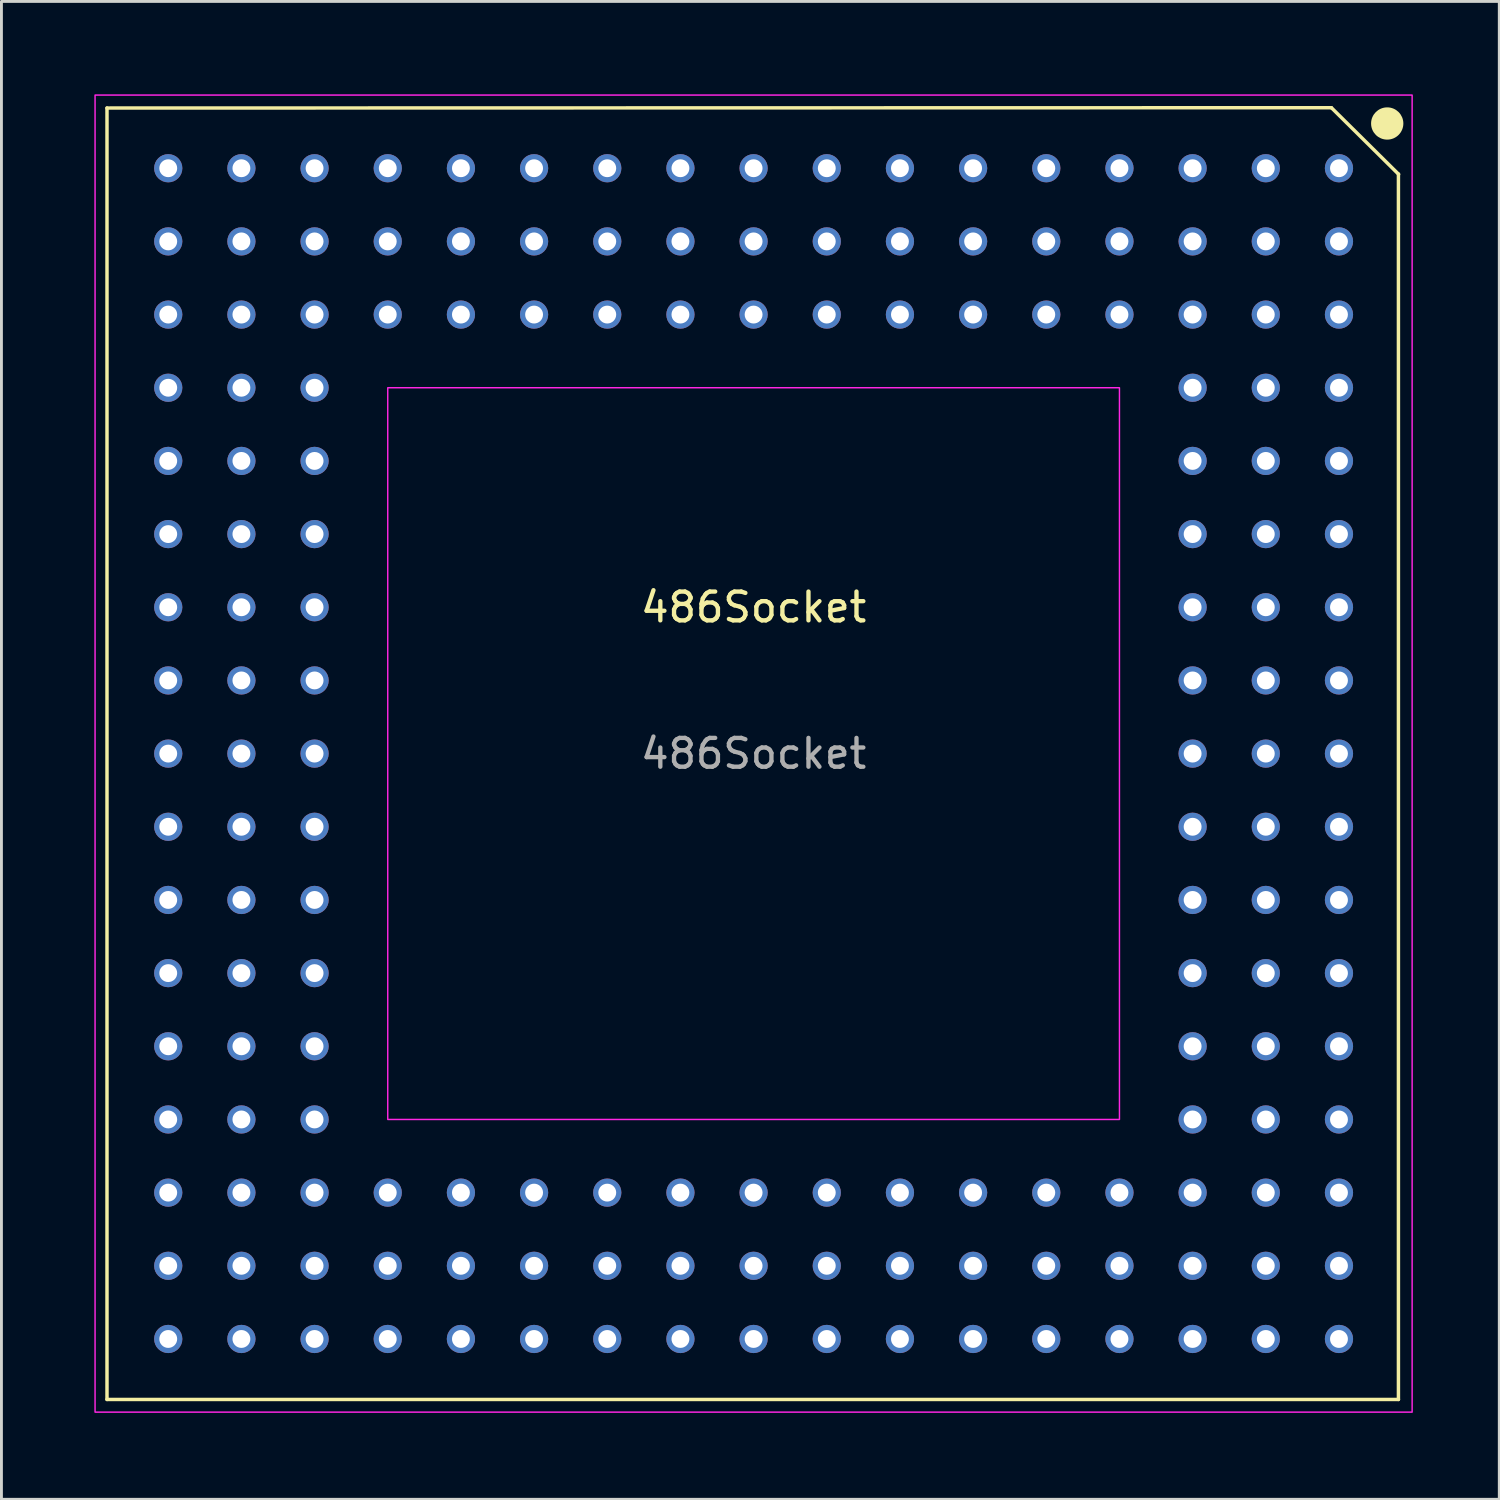
<source format=kicad_pcb>
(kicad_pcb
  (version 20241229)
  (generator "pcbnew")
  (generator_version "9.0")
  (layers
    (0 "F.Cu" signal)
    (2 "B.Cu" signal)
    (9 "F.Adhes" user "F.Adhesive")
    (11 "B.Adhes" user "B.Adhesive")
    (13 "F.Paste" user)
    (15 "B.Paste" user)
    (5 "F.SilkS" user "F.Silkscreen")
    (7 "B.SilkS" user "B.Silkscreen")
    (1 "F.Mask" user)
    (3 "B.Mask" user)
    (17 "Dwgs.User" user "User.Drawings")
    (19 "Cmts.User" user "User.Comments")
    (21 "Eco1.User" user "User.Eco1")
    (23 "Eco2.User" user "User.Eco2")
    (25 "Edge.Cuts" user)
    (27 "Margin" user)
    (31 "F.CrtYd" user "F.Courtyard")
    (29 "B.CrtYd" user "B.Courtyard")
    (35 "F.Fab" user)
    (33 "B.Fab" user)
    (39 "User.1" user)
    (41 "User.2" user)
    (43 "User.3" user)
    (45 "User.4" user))
  (footprint "486Socket"
    (layer "F.Cu")
    (at 0.25 0.25)
    (property "Reference" "486Socket" (at 22.86 17.78 0) (unlocked yes) (layer "F.SilkS") (effects (font (size 1 1) (thickness 0.15))))
    (attr through_hole)
    (fp_line (start 0.414 0.45) (end 0.414 45.28) (stroke (width 0.12) (type default)) (layer "F.SilkS"))
    (fp_line (start 0.414 45.28) (end 45.244 45.28) (stroke (width 0.12) (type default)) (layer "F.SilkS"))
    (fp_line (start 42.917 0.439) (end 0.414 0.45) (stroke (width 0.12) (type default)) (layer "F.SilkS"))
    (fp_line (start 45.244 45.28) (end 45.244 2.74) (stroke (width 0.12) (type default)) (layer "F.SilkS"))
    (fp_line (start 45.251 2.75) (end 42.917 0.439) (stroke (width 0.12) (type default)) (layer "F.SilkS"))
    (fp_circle (center 44.855 0.987) (end 45.355 0.987) (stroke (width 0.12) (type solid)) (fill yes) (layer "F.SilkS"))
    (fp_rect (start 0 0) (end 45.72 45.72) (stroke (width 0.05) (type default)) (fill no) (layer "F.CrtYd"))
    (fp_rect (start 10.16 10.16) (end 35.56 35.56) (stroke (width 0.05) (type default)) (fill no) (layer "F.CrtYd"))
    (fp_text user "${REFERENCE}" (at 22.86 22.86 0) (unlocked yes) (layer "F.Fab") (effects (font (size 1 1) (thickness 0.15))))
    (pad "A1" thru_hole circle (at 43.18 2.54) (size 0.98 0.98) (drill 0.62) (layers "*.Cu" "*.Mask"))
    (pad "A2" thru_hole circle (at 43.18 5.08) (size 0.98 0.98) (drill 0.62) (layers "*.Cu" "*.Mask"))
    (pad "A3" thru_hole circle (at 43.18 7.62) (size 0.98 0.98) (drill 0.62) (layers "*.Cu" "*.Mask"))
    (pad "A4" thru_hole circle (at 43.18 10.16) (size 0.98 0.98) (drill 0.62) (layers "*.Cu" "*.Mask"))
    (pad "A5" thru_hole circle (at 43.18 12.7) (size 0.98 0.98) (drill 0.62) (layers "*.Cu" "*.Mask"))
    (pad "A6" thru_hole circle (at 43.18 15.24) (size 0.98 0.98) (drill 0.62) (layers "*.Cu" "*.Mask"))
    (pad "A7" thru_hole circle (at 43.18 17.78) (size 0.98 0.98) (drill 0.62) (layers "*.Cu" "*.Mask"))
    (pad "A8" thru_hole circle (at 43.18 20.32) (size 0.98 0.98) (drill 0.62) (layers "*.Cu" "*.Mask"))
    (pad "A9" thru_hole circle (at 43.18 22.86) (size 0.98 0.98) (drill 0.62) (layers "*.Cu" "*.Mask"))
    (pad "A10" thru_hole circle (at 43.18 25.4) (size 0.98 0.98) (drill 0.62) (layers "*.Cu" "*.Mask"))
    (pad "A11" thru_hole circle (at 43.18 27.94) (size 0.98 0.98) (drill 0.62) (layers "*.Cu" "*.Mask"))
    (pad "A12" thru_hole circle (at 43.18 30.48) (size 0.98 0.98) (drill 0.62) (layers "*.Cu" "*.Mask"))
    (pad "A13" thru_hole circle (at 43.18 33.02) (size 0.98 0.98) (drill 0.62) (layers "*.Cu" "*.Mask"))
    (pad "A14" thru_hole circle (at 43.18 35.56) (size 0.98 0.98) (drill 0.62) (layers "*.Cu" "*.Mask"))
    (pad "A15" thru_hole circle (at 43.18 38.1) (size 0.98 0.98) (drill 0.62) (layers "*.Cu" "*.Mask"))
    (pad "A16" thru_hole circle (at 43.18 40.64) (size 0.98 0.98) (drill 0.62) (layers "*.Cu" "*.Mask"))
    (pad "A17" thru_hole circle (at 43.18 43.18) (size 0.98 0.98) (drill 0.62) (layers "*.Cu" "*.Mask"))
    (pad "B1" thru_hole circle (at 40.64 2.54) (size 0.98 0.98) (drill 0.62) (layers "*.Cu" "*.Mask"))
    (pad "B2" thru_hole circle (at 40.64 5.08) (size 0.98 0.98) (drill 0.62) (layers "*.Cu" "*.Mask"))
    (pad "B3" thru_hole circle (at 40.64 7.62) (size 0.98 0.98) (drill 0.62) (layers "*.Cu" "*.Mask"))
    (pad "B4" thru_hole circle (at 40.64 10.16) (size 0.98 0.98) (drill 0.62) (layers "*.Cu" "*.Mask"))
    (pad "B5" thru_hole circle (at 40.64 12.7) (size 0.98 0.98) (drill 0.62) (layers "*.Cu" "*.Mask"))
    (pad "B6" thru_hole circle (at 40.64 15.24) (size 0.98 0.98) (drill 0.62) (layers "*.Cu" "*.Mask"))
    (pad "B7" thru_hole circle (at 40.64 17.78) (size 0.98 0.98) (drill 0.62) (layers "*.Cu" "*.Mask"))
    (pad "B8" thru_hole circle (at 40.64 20.32) (size 0.98 0.98) (drill 0.62) (layers "*.Cu" "*.Mask"))
    (pad "B9" thru_hole circle (at 40.64 22.86) (size 0.98 0.98) (drill 0.62) (layers "*.Cu" "*.Mask"))
    (pad "B10" thru_hole circle (at 40.64 25.4) (size 0.98 0.98) (drill 0.62) (layers "*.Cu" "*.Mask"))
    (pad "B11" thru_hole circle (at 40.64 27.94) (size 0.98 0.98) (drill 0.62) (layers "*.Cu" "*.Mask"))
    (pad "B12" thru_hole circle (at 40.64 30.48) (size 0.98 0.98) (drill 0.62) (layers "*.Cu" "*.Mask"))
    (pad "B13" thru_hole circle (at 40.64 33.02) (size 0.98 0.98) (drill 0.62) (layers "*.Cu" "*.Mask"))
    (pad "B14" thru_hole circle (at 40.64 35.56) (size 0.98 0.98) (drill 0.62) (layers "*.Cu" "*.Mask"))
    (pad "B15" thru_hole circle (at 40.64 38.1) (size 0.98 0.98) (drill 0.62) (layers "*.Cu" "*.Mask"))
    (pad "B16" thru_hole circle (at 40.64 40.64) (size 0.98 0.98) (drill 0.62) (layers "*.Cu" "*.Mask"))
    (pad "B17" thru_hole circle (at 40.64 43.18) (size 0.98 0.98) (drill 0.62) (layers "*.Cu" "*.Mask"))
    (pad "C1" thru_hole circle (at 38.1 2.54) (size 0.98 0.98) (drill 0.62) (layers "*.Cu" "*.Mask"))
    (pad "C2" thru_hole circle (at 38.1 5.08) (size 0.98 0.98) (drill 0.62) (layers "*.Cu" "*.Mask"))
    (pad "C3" thru_hole circle (at 38.1 7.62) (size 0.98 0.98) (drill 0.62) (layers "*.Cu" "*.Mask"))
    (pad "C4" thru_hole circle (at 38.1 10.16) (size 0.98 0.98) (drill 0.62) (layers "*.Cu" "*.Mask"))
    (pad "C5" thru_hole circle (at 38.1 12.7) (size 0.98 0.98) (drill 0.62) (layers "*.Cu" "*.Mask"))
    (pad "C6" thru_hole circle (at 38.1 15.24) (size 0.98 0.98) (drill 0.62) (layers "*.Cu" "*.Mask"))
    (pad "C7" thru_hole circle (at 38.1 17.78) (size 0.98 0.98) (drill 0.62) (layers "*.Cu" "*.Mask"))
    (pad "C8" thru_hole circle (at 38.1 20.32) (size 0.98 0.98) (drill 0.62) (layers "*.Cu" "*.Mask"))
    (pad "C9" thru_hole circle (at 38.1 22.86) (size 0.98 0.98) (drill 0.62) (layers "*.Cu" "*.Mask"))
    (pad "C10" thru_hole circle (at 38.1 25.4) (size 0.98 0.98) (drill 0.62) (layers "*.Cu" "*.Mask"))
    (pad "C11" thru_hole circle (at 38.1 27.94) (size 0.98 0.98) (drill 0.62) (layers "*.Cu" "*.Mask"))
    (pad "C12" thru_hole circle (at 38.1 30.48) (size 0.98 0.98) (drill 0.62) (layers "*.Cu" "*.Mask"))
    (pad "C13" thru_hole circle (at 38.1 33.02) (size 0.98 0.98) (drill 0.62) (layers "*.Cu" "*.Mask"))
    (pad "C14" thru_hole circle (at 38.1 35.56) (size 0.98 0.98) (drill 0.62) (layers "*.Cu" "*.Mask"))
    (pad "C15" thru_hole circle (at 38.1 38.1) (size 0.98 0.98) (drill 0.62) (layers "*.Cu" "*.Mask"))
    (pad "C16" thru_hole circle (at 38.1 40.64) (size 0.98 0.98) (drill 0.62) (layers "*.Cu" "*.Mask"))
    (pad "C17" thru_hole circle (at 38.1 43.18) (size 0.98 0.98) (drill 0.62) (layers "*.Cu" "*.Mask"))
    (pad "D1" thru_hole circle (at 35.56 2.54) (size 0.98 0.98) (drill 0.62) (layers "*.Cu" "*.Mask"))
    (pad "D2" thru_hole circle (at 35.56 5.08) (size 0.98 0.98) (drill 0.62) (layers "*.Cu" "*.Mask"))
    (pad "D3" thru_hole circle (at 35.56 7.62) (size 0.98 0.98) (drill 0.62) (layers "*.Cu" "*.Mask"))
    (pad "D15" thru_hole circle (at 35.56 38.1) (size 0.98 0.98) (drill 0.62) (layers "*.Cu" "*.Mask"))
    (pad "D16" thru_hole circle (at 35.56 40.64) (size 0.98 0.98) (drill 0.62) (layers "*.Cu" "*.Mask"))
    (pad "D17" thru_hole circle (at 35.56 43.18) (size 0.98 0.98) (drill 0.62) (layers "*.Cu" "*.Mask"))
    (pad "E1" thru_hole circle (at 33.02 2.54) (size 0.98 0.98) (drill 0.62) (layers "*.Cu" "*.Mask"))
    (pad "E2" thru_hole circle (at 33.02 5.08) (size 0.98 0.98) (drill 0.62) (layers "*.Cu" "*.Mask"))
    (pad "E3" thru_hole circle (at 33.02 7.62) (size 0.98 0.98) (drill 0.62) (layers "*.Cu" "*.Mask"))
    (pad "E15" thru_hole circle (at 33.02 38.1) (size 0.98 0.98) (drill 0.62) (layers "*.Cu" "*.Mask"))
    (pad "E16" thru_hole circle (at 33.02 40.64) (size 0.98 0.98) (drill 0.62) (layers "*.Cu" "*.Mask"))
    (pad "E17" thru_hole circle (at 33.02 43.18) (size 0.98 0.98) (drill 0.62) (layers "*.Cu" "*.Mask"))
    (pad "F1" thru_hole circle (at 30.48 2.54) (size 0.98 0.98) (drill 0.62) (layers "*.Cu" "*.Mask"))
    (pad "F2" thru_hole circle (at 30.48 5.08) (size 0.98 0.98) (drill 0.62) (layers "*.Cu" "*.Mask"))
    (pad "F3" thru_hole circle (at 30.48 7.62) (size 0.98 0.98) (drill 0.62) (layers "*.Cu" "*.Mask"))
    (pad "F15" thru_hole circle (at 30.48 38.1) (size 0.98 0.98) (drill 0.62) (layers "*.Cu" "*.Mask"))
    (pad "F16" thru_hole circle (at 30.48 40.64) (size 0.98 0.98) (drill 0.62) (layers "*.Cu" "*.Mask"))
    (pad "F17" thru_hole circle (at 30.48 43.18) (size 0.98 0.98) (drill 0.62) (layers "*.Cu" "*.Mask"))
    (pad "G1" thru_hole circle (at 27.94 2.54) (size 0.98 0.98) (drill 0.62) (layers "*.Cu" "*.Mask"))
    (pad "G2" thru_hole circle (at 27.94 5.08) (size 0.98 0.98) (drill 0.62) (layers "*.Cu" "*.Mask"))
    (pad "G3" thru_hole circle (at 27.94 7.62) (size 0.98 0.98) (drill 0.62) (layers "*.Cu" "*.Mask"))
    (pad "G15" thru_hole circle (at 27.94 38.1) (size 0.98 0.98) (drill 0.62) (layers "*.Cu" "*.Mask"))
    (pad "G16" thru_hole circle (at 27.94 40.64) (size 0.98 0.98) (drill 0.62) (layers "*.Cu" "*.Mask"))
    (pad "G17" thru_hole circle (at 27.94 43.18) (size 0.98 0.98) (drill 0.62) (layers "*.Cu" "*.Mask"))
    (pad "H1" thru_hole circle (at 25.4 2.54) (size 0.98 0.98) (drill 0.62) (layers "*.Cu" "*.Mask"))
    (pad "H2" thru_hole circle (at 25.4 5.08) (size 0.98 0.98) (drill 0.62) (layers "*.Cu" "*.Mask"))
    (pad "H3" thru_hole circle (at 25.4 7.62) (size 0.98 0.98) (drill 0.62) (layers "*.Cu" "*.Mask"))
    (pad "H15" thru_hole circle (at 25.4 38.1) (size 0.98 0.98) (drill 0.62) (layers "*.Cu" "*.Mask"))
    (pad "H16" thru_hole circle (at 25.4 40.64) (size 0.98 0.98) (drill 0.62) (layers "*.Cu" "*.Mask"))
    (pad "H17" thru_hole circle (at 25.4 43.18) (size 0.98 0.98) (drill 0.62) (layers "*.Cu" "*.Mask"))
    (pad "J1" thru_hole circle (at 22.86 2.54) (size 0.98 0.98) (drill 0.62) (layers "*.Cu" "*.Mask"))
    (pad "J2" thru_hole circle (at 22.86 5.08) (size 0.98 0.98) (drill 0.62) (layers "*.Cu" "*.Mask"))
    (pad "J3" thru_hole circle (at 22.86 7.62) (size 0.98 0.98) (drill 0.62) (layers "*.Cu" "*.Mask"))
    (pad "J15" thru_hole circle (at 22.86 38.1) (size 0.98 0.98) (drill 0.62) (layers "*.Cu" "*.Mask"))
    (pad "J16" thru_hole circle (at 22.86 40.64) (size 0.98 0.98) (drill 0.62) (layers "*.Cu" "*.Mask"))
    (pad "J17" thru_hole circle (at 22.86 43.18) (size 0.98 0.98) (drill 0.62) (layers "*.Cu" "*.Mask"))
    (pad "K1" thru_hole circle (at 20.32 2.54) (size 0.98 0.98) (drill 0.62) (layers "*.Cu" "*.Mask"))
    (pad "K2" thru_hole circle (at 20.32 5.08) (size 0.98 0.98) (drill 0.62) (layers "*.Cu" "*.Mask"))
    (pad "K3" thru_hole circle (at 20.32 7.62) (size 0.98 0.98) (drill 0.62) (layers "*.Cu" "*.Mask"))
    (pad "K15" thru_hole circle (at 20.32 38.1) (size 0.98 0.98) (drill 0.62) (layers "*.Cu" "*.Mask"))
    (pad "K16" thru_hole circle (at 20.32 40.64) (size 0.98 0.98) (drill 0.62) (layers "*.Cu" "*.Mask"))
    (pad "K17" thru_hole circle (at 20.32 43.18) (size 0.98 0.98) (drill 0.62) (layers "*.Cu" "*.Mask"))
    (pad "L1" thru_hole circle (at 17.78 2.54) (size 0.98 0.98) (drill 0.62) (layers "*.Cu" "*.Mask"))
    (pad "L2" thru_hole circle (at 17.78 5.08) (size 0.98 0.98) (drill 0.62) (layers "*.Cu" "*.Mask"))
    (pad "L3" thru_hole circle (at 17.78 7.62) (size 0.98 0.98) (drill 0.62) (layers "*.Cu" "*.Mask"))
    (pad "L15" thru_hole circle (at 17.78 38.1) (size 0.98 0.98) (drill 0.62) (layers "*.Cu" "*.Mask"))
    (pad "L16" thru_hole circle (at 17.78 40.64) (size 0.98 0.98) (drill 0.62) (layers "*.Cu" "*.Mask"))
    (pad "L17" thru_hole circle (at 17.78 43.18) (size 0.98 0.98) (drill 0.62) (layers "*.Cu" "*.Mask"))
    (pad "M1" thru_hole circle (at 15.24 2.54) (size 0.98 0.98) (drill 0.62) (layers "*.Cu" "*.Mask"))
    (pad "M2" thru_hole circle (at 15.24 5.08) (size 0.98 0.98) (drill 0.62) (layers "*.Cu" "*.Mask"))
    (pad "M3" thru_hole circle (at 15.24 7.62) (size 0.98 0.98) (drill 0.62) (layers "*.Cu" "*.Mask"))
    (pad "M15" thru_hole circle (at 15.24 38.1) (size 0.98 0.98) (drill 0.62) (layers "*.Cu" "*.Mask"))
    (pad "M16" thru_hole circle (at 15.24 40.64) (size 0.98 0.98) (drill 0.62) (layers "*.Cu" "*.Mask"))
    (pad "M17" thru_hole circle (at 15.24 43.18) (size 0.98 0.98) (drill 0.62) (layers "*.Cu" "*.Mask"))
    (pad "N1" thru_hole circle (at 12.7 2.54) (size 0.98 0.98) (drill 0.62) (layers "*.Cu" "*.Mask"))
    (pad "N2" thru_hole circle (at 12.7 5.08) (size 0.98 0.98) (drill 0.62) (layers "*.Cu" "*.Mask"))
    (pad "N3" thru_hole circle (at 12.7 7.62) (size 0.98 0.98) (drill 0.62) (layers "*.Cu" "*.Mask"))
    (pad "N15" thru_hole circle (at 12.7 38.1) (size 0.98 0.98) (drill 0.62) (layers "*.Cu" "*.Mask"))
    (pad "N16" thru_hole circle (at 12.7 40.64) (size 0.98 0.98) (drill 0.62) (layers "*.Cu" "*.Mask"))
    (pad "N17" thru_hole circle (at 12.7 43.18) (size 0.98 0.98) (drill 0.62) (layers "*.Cu" "*.Mask"))
    (pad "P1" thru_hole circle (at 10.16 2.54) (size 0.98 0.98) (drill 0.62) (layers "*.Cu" "*.Mask"))
    (pad "P2" thru_hole circle (at 10.16 5.08) (size 0.98 0.98) (drill 0.62) (layers "*.Cu" "*.Mask"))
    (pad "P3" thru_hole circle (at 10.16 7.62) (size 0.98 0.98) (drill 0.62) (layers "*.Cu" "*.Mask"))
    (pad "P15" thru_hole circle (at 10.16 38.1) (size 0.98 0.98) (drill 0.62) (layers "*.Cu" "*.Mask"))
    (pad "P16" thru_hole circle (at 10.16 40.64) (size 0.98 0.98) (drill 0.62) (layers "*.Cu" "*.Mask"))
    (pad "P17" thru_hole circle (at 10.16 43.18) (size 0.98 0.98) (drill 0.62) (layers "*.Cu" "*.Mask"))
    (pad "Q1" thru_hole circle (at 7.62 2.54) (size 0.98 0.98) (drill 0.62) (layers "*.Cu" "*.Mask"))
    (pad "Q2" thru_hole circle (at 7.62 5.08) (size 0.98 0.98) (drill 0.62) (layers "*.Cu" "*.Mask"))
    (pad "Q3" thru_hole circle (at 7.62 7.62) (size 0.98 0.98) (drill 0.62) (layers "*.Cu" "*.Mask"))
    (pad "Q4" thru_hole circle (at 7.62 10.16) (size 0.98 0.98) (drill 0.62) (layers "*.Cu" "*.Mask"))
    (pad "Q5" thru_hole circle (at 7.62 12.7) (size 0.98 0.98) (drill 0.62) (layers "*.Cu" "*.Mask"))
    (pad "Q6" thru_hole circle (at 7.62 15.24) (size 0.98 0.98) (drill 0.62) (layers "*.Cu" "*.Mask"))
    (pad "Q7" thru_hole circle (at 7.62 17.78) (size 0.98 0.98) (drill 0.62) (layers "*.Cu" "*.Mask"))
    (pad "Q8" thru_hole circle (at 7.62 20.32) (size 0.98 0.98) (drill 0.62) (layers "*.Cu" "*.Mask"))
    (pad "Q9" thru_hole circle (at 7.62 22.86) (size 0.98 0.98) (drill 0.62) (layers "*.Cu" "*.Mask"))
    (pad "Q10" thru_hole circle (at 7.62 25.4) (size 0.98 0.98) (drill 0.62) (layers "*.Cu" "*.Mask"))
    (pad "Q11" thru_hole circle (at 7.62 27.94) (size 0.98 0.98) (drill 0.62) (layers "*.Cu" "*.Mask"))
    (pad "Q12" thru_hole circle (at 7.62 30.48) (size 0.98 0.98) (drill 0.62) (layers "*.Cu" "*.Mask"))
    (pad "Q13" thru_hole circle (at 7.62 33.02) (size 0.98 0.98) (drill 0.62) (layers "*.Cu" "*.Mask"))
    (pad "Q14" thru_hole circle (at 7.62 35.56) (size 0.98 0.98) (drill 0.62) (layers "*.Cu" "*.Mask"))
    (pad "Q15" thru_hole circle (at 7.62 38.1) (size 0.98 0.98) (drill 0.62) (layers "*.Cu" "*.Mask"))
    (pad "Q16" thru_hole circle (at 7.62 40.64) (size 0.98 0.98) (drill 0.62) (layers "*.Cu" "*.Mask"))
    (pad "Q17" thru_hole circle (at 7.62 43.18) (size 0.98 0.98) (drill 0.62) (layers "*.Cu" "*.Mask"))
    (pad "R1" thru_hole circle (at 5.08 2.54) (size 0.98 0.98) (drill 0.62) (layers "*.Cu" "*.Mask"))
    (pad "R2" thru_hole circle (at 5.08 5.08) (size 0.98 0.98) (drill 0.62) (layers "*.Cu" "*.Mask"))
    (pad "R3" thru_hole circle (at 5.08 7.62) (size 0.98 0.98) (drill 0.62) (layers "*.Cu" "*.Mask"))
    (pad "R4" thru_hole circle (at 5.08 10.16) (size 0.98 0.98) (drill 0.62) (layers "*.Cu" "*.Mask"))
    (pad "R5" thru_hole circle (at 5.08 12.7) (size 0.98 0.98) (drill 0.62) (layers "*.Cu" "*.Mask"))
    (pad "R6" thru_hole circle (at 5.08 15.24) (size 0.98 0.98) (drill 0.62) (layers "*.Cu" "*.Mask"))
    (pad "R7" thru_hole circle (at 5.08 17.78) (size 0.98 0.98) (drill 0.62) (layers "*.Cu" "*.Mask"))
    (pad "R8" thru_hole circle (at 5.08 20.32) (size 0.98 0.98) (drill 0.62) (layers "*.Cu" "*.Mask"))
    (pad "R9" thru_hole circle (at 5.08 22.86) (size 0.98 0.98) (drill 0.62) (layers "*.Cu" "*.Mask"))
    (pad "R10" thru_hole circle (at 5.08 25.4) (size 0.98 0.98) (drill 0.62) (layers "*.Cu" "*.Mask"))
    (pad "R11" thru_hole circle (at 5.08 27.94) (size 0.98 0.98) (drill 0.62) (layers "*.Cu" "*.Mask"))
    (pad "R12" thru_hole circle (at 5.08 30.48) (size 0.98 0.98) (drill 0.62) (layers "*.Cu" "*.Mask"))
    (pad "R13" thru_hole circle (at 5.08 33.02) (size 0.98 0.98) (drill 0.62) (layers "*.Cu" "*.Mask"))
    (pad "R14" thru_hole circle (at 5.08 35.56) (size 0.98 0.98) (drill 0.62) (layers "*.Cu" "*.Mask"))
    (pad "R15" thru_hole circle (at 5.08 38.1) (size 0.98 0.98) (drill 0.62) (layers "*.Cu" "*.Mask"))
    (pad "R16" thru_hole circle (at 5.08 40.64) (size 0.98 0.98) (drill 0.62) (layers "*.Cu" "*.Mask"))
    (pad "R17" thru_hole circle (at 5.08 43.18) (size 0.98 0.98) (drill 0.62) (layers "*.Cu" "*.Mask"))
    (pad "S1" thru_hole circle (at 2.54 2.54) (size 0.98 0.98) (drill 0.62) (layers "*.Cu" "*.Mask"))
    (pad "S2" thru_hole circle (at 2.54 5.08) (size 0.98 0.98) (drill 0.62) (layers "*.Cu" "*.Mask"))
    (pad "S3" thru_hole circle (at 2.54 7.62) (size 0.98 0.98) (drill 0.62) (layers "*.Cu" "*.Mask"))
    (pad "S4" thru_hole circle (at 2.54 10.16) (size 0.98 0.98) (drill 0.62) (layers "*.Cu" "*.Mask"))
    (pad "S5" thru_hole circle (at 2.54 12.7) (size 0.98 0.98) (drill 0.62) (layers "*.Cu" "*.Mask"))
    (pad "S6" thru_hole circle (at 2.54 15.24) (size 0.98 0.98) (drill 0.62) (layers "*.Cu" "*.Mask"))
    (pad "S7" thru_hole circle (at 2.54 17.78) (size 0.98 0.98) (drill 0.62) (layers "*.Cu" "*.Mask"))
    (pad "S8" thru_hole circle (at 2.54 20.32) (size 0.98 0.98) (drill 0.62) (layers "*.Cu" "*.Mask"))
    (pad "S9" thru_hole circle (at 2.54 22.86) (size 0.98 0.98) (drill 0.62) (layers "*.Cu" "*.Mask"))
    (pad "S10" thru_hole circle (at 2.54 25.4) (size 0.98 0.98) (drill 0.62) (layers "*.Cu" "*.Mask"))
    (pad "S11" thru_hole circle (at 2.54 27.94) (size 0.98 0.98) (drill 0.62) (layers "*.Cu" "*.Mask"))
    (pad "S12" thru_hole circle (at 2.54 30.48) (size 0.98 0.98) (drill 0.62) (layers "*.Cu" "*.Mask"))
    (pad "S13" thru_hole circle (at 2.54 33.02) (size 0.98 0.98) (drill 0.62) (layers "*.Cu" "*.Mask"))
    (pad "S14" thru_hole circle (at 2.54 35.56) (size 0.98 0.98) (drill 0.62) (layers "*.Cu" "*.Mask"))
    (pad "S15" thru_hole circle (at 2.54 38.1) (size 0.98 0.98) (drill 0.62) (layers "*.Cu" "*.Mask"))
    (pad "S16" thru_hole circle (at 2.54 40.64) (size 0.98 0.98) (drill 0.62) (layers "*.Cu" "*.Mask"))
    (pad "S17" thru_hole circle (at 2.54 43.18) (size 0.98 0.98) (drill 0.62) (layers "*.Cu" "*.Mask")))
  (gr_rect
    (start -3 -3)
    (end 48.995 48.995)
    (stroke (width 0.1) (type default))
    (fill no)
    (layer "Edge.Cuts")))
</source>
